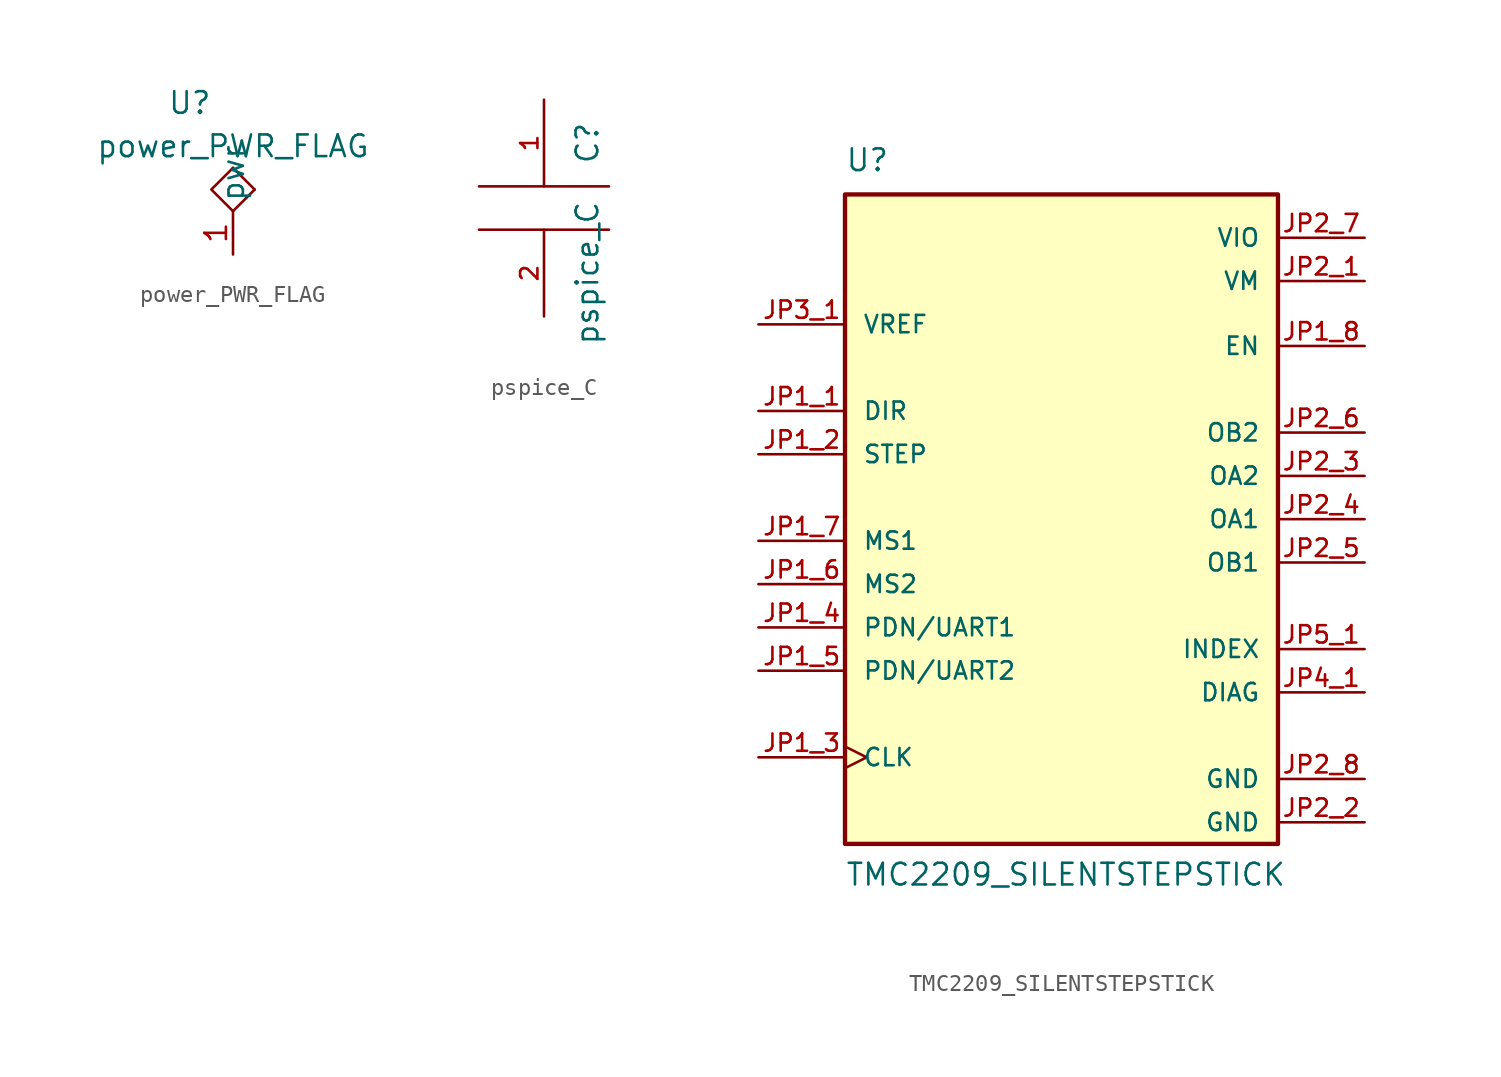
<source format=kicad_sym>
(kicad_symbol_lib
  (version 20211014)
  (generator kicad_symbol_editor)
  (symbol "power_PWR_FLAG"
    (property "Reference" "U"
      (at -2.54 2.54 0)
      (effects (font (size 1.27 1.27))))
    (property "Value" "power_PWR_FLAG"
      (at 0 0 0)
      (effects (font (size 1.27 1.27))))
    (symbol "power_PWR_FLAG_0_1"
      (polyline (pts (xy 0 -1.27) (xy 1.27 -2.54)) (stroke (width 0.152) (type default) (color 0 0 0 0)) (fill (type none)))
      (polyline (pts (xy 0 -1.27) (xy -1.27 -2.54) (xy 0 -3.81) (xy 1.27 -2.54)) (stroke (width 0.152) (type default) (color 0 0 0 0)) (fill (type none))))
    (symbol "power_PWR_FLAG_1_0"
      (pin output line (at 0 -6.35 90) (length 2.54) (name "pwr" (effects (font (size 1.27 1.27)))) (number "1" (effects (font (size 1.27 1.27)))))))
  (symbol "pspice_C"
    (pin_names
      (offset 0.254))
    (property "Reference" "C"
      (at 2.54 3.81 90)
      (effects (font (size 1.27 1.27))))
    (property "Value" "pspice_C"
      (at 2.54 -3.81 90)
      (effects (font (size 1.27 1.27))))
    (symbol "pspice_C_0_1"
      (polyline (pts (xy -3.81 -1.27) (xy 3.81 -1.27)) (stroke (width 0) (type default) (color 0 0 0 0)) (fill (type none)))
      (polyline (pts (xy -3.81 1.27) (xy 3.81 1.27)) (stroke (width 0) (type default) (color 0 0 0 0)) (fill (type none))))
    (symbol "pspice_C_1_1"
      (pin passive line (at 0 6.35 270) (length 5.08) (name "~" (effects (font (size 1.016 1.016)))) (number "1" (effects (font (size 1.016 1.016)))))
      (pin passive line (at 0 -6.35 90) (length 5.08) (name "~" (effects (font (size 1.016 1.016)))) (number "2" (effects (font (size 1.016 1.016)))))))
  (symbol "TMC2209_SILENTSTEPSTICK"
    (pin_names
      (offset 1.016))
    (property "Reference" "U"
      (at -12.7 19.05 0)
      (effects (font (size 1.27 1.27)) (justify left bottom)))
    (property "Value" "TMC2209_SILENTSTEPSTICK"
      (at -12.7 -22.86 0)
      (effects (font (size 1.27 1.27)) (justify left bottom)))
    (property "ki_locked" ""
      (at 0 0 0)
      (effects (font (size 1.27 1.27))))
    (symbol "TMC2209_SILENTSTEPSTICK_0_0"
      (rectangle (start -12.7 -20.32) (end 12.7 17.78) (stroke (width 0.254) (type default) (color 0 0 0 0)) (fill (type background)))
      (pin input line (at -17.78 5.08 0) (length 5.08) (name "DIR" (effects (font (size 1.016 1.016)))) (number "JP1_1" (effects (font (size 1.016 1.016)))))
      (pin input line (at -17.78 2.54 0) (length 5.08) (name "STEP" (effects (font (size 1.016 1.016)))) (number "JP1_2" (effects (font (size 1.016 1.016)))))
      (pin input clock (at -17.78 -15.24 0) (length 5.08) (name "CLK" (effects (font (size 1.016 1.016)))) (number "JP1_3" (effects (font (size 1.016 1.016)))))
      (pin bidirectional line (at -17.78 -7.62 0) (length 5.08) (name "PDN/UART1" (effects (font (size 1.016 1.016)))) (number "JP1_4" (effects (font (size 1.016 1.016)))))
      (pin bidirectional line (at -17.78 -10.16 0) (length 5.08) (name "PDN/UART2" (effects (font (size 1.016 1.016)))) (number "JP1_5" (effects (font (size 1.016 1.016)))))
      (pin input line (at -17.78 -5.08 0) (length 5.08) (name "MS2" (effects (font (size 1.016 1.016)))) (number "JP1_6" (effects (font (size 1.016 1.016)))))
      (pin input line (at -17.78 -2.54 0) (length 5.08) (name "MS1" (effects (font (size 1.016 1.016)))) (number "JP1_7" (effects (font (size 1.016 1.016)))))
      (pin input line (at 17.78 8.89 180) (length 5.08) (name "EN" (effects (font (size 1.016 1.016)))) (number "JP1_8" (effects (font (size 1.016 1.016)))))
      (pin power_in line (at 17.78 12.7 180) (length 5.08) (name "VM" (effects (font (size 1.016 1.016)))) (number "JP2_1" (effects (font (size 1.016 1.016)))))
      (pin power_in line (at 17.78 -19.05 180) (length 5.08) (name "GND" (effects (font (size 1.016 1.016)))) (number "JP2_2" (effects (font (size 1.016 1.016)))))
      (pin passive line (at 17.78 1.27 180) (length 5.08) (name "OA2" (effects (font (size 1.016 1.016)))) (number "JP2_3" (effects (font (size 1.016 1.016)))))
      (pin passive line (at 17.78 -1.27 180) (length 5.08) (name "OA1" (effects (font (size 1.016 1.016)))) (number "JP2_4" (effects (font (size 1.016 1.016)))))
      (pin passive line (at 17.78 -3.81 180) (length 5.08) (name "OB1" (effects (font (size 1.016 1.016)))) (number "JP2_5" (effects (font (size 1.016 1.016)))))
      (pin passive line (at 17.78 3.81 180) (length 5.08) (name "OB2" (effects (font (size 1.016 1.016)))) (number "JP2_6" (effects (font (size 1.016 1.016)))))
      (pin power_in line (at 17.78 15.24 180) (length 5.08) (name "VIO" (effects (font (size 1.016 1.016)))) (number "JP2_7" (effects (font (size 1.016 1.016)))))
      (pin power_in line (at 17.78 -16.51 180) (length 5.08) (name "GND" (effects (font (size 1.016 1.016)))) (number "JP2_8" (effects (font (size 1.016 1.016)))))
      (pin input line (at -17.78 10.16 0) (length 5.08) (name "VREF" (effects (font (size 1.016 1.016)))) (number "JP3_1" (effects (font (size 1.016 1.016)))))
      (pin output line (at 17.78 -11.43 180) (length 5.08) (name "DIAG" (effects (font (size 1.016 1.016)))) (number "JP4_1" (effects (font (size 1.016 1.016)))))
      (pin output line (at 17.78 -8.89 180) (length 5.08) (name "INDEX" (effects (font (size 1.016 1.016)))) (number "JP5_1" (effects (font (size 1.016 1.016))))))))
</source>
